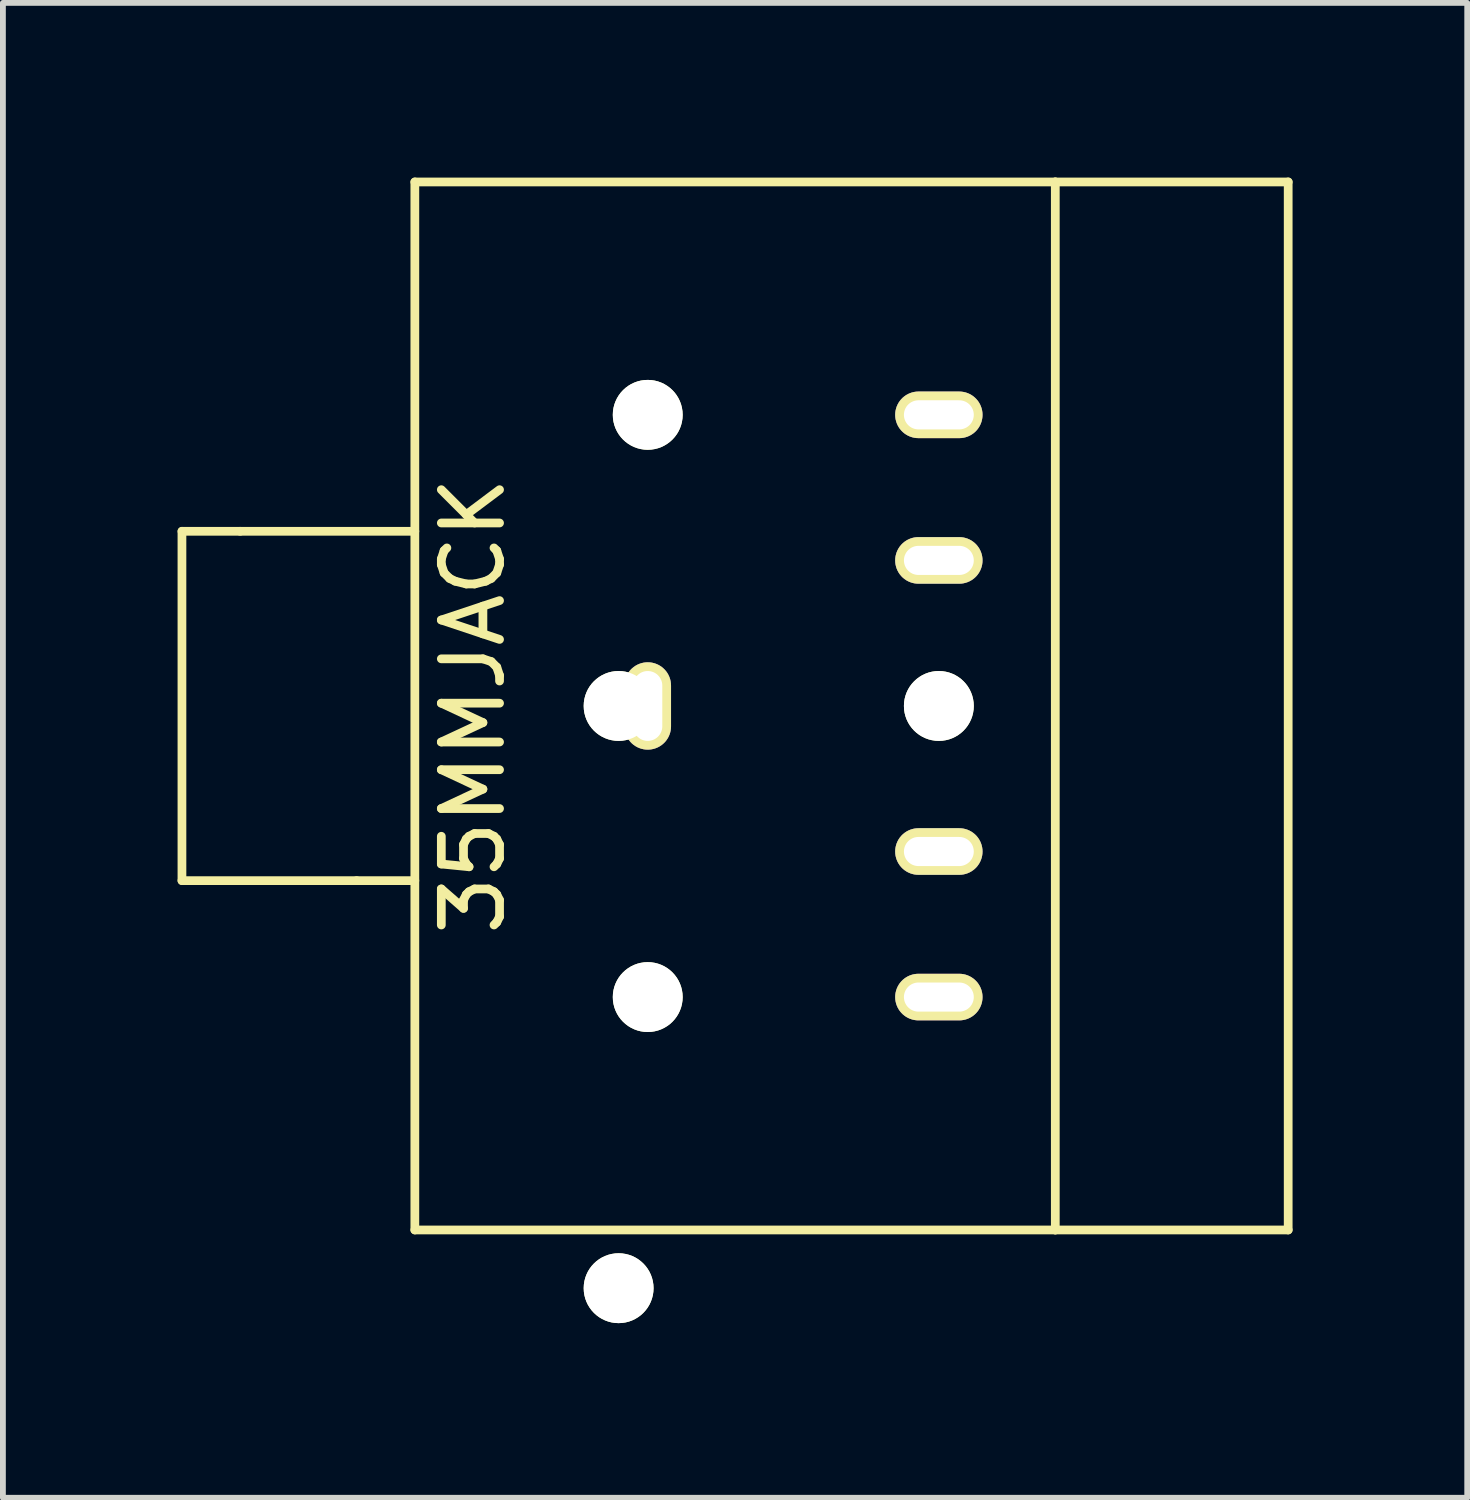
<source format=kicad_pcb>
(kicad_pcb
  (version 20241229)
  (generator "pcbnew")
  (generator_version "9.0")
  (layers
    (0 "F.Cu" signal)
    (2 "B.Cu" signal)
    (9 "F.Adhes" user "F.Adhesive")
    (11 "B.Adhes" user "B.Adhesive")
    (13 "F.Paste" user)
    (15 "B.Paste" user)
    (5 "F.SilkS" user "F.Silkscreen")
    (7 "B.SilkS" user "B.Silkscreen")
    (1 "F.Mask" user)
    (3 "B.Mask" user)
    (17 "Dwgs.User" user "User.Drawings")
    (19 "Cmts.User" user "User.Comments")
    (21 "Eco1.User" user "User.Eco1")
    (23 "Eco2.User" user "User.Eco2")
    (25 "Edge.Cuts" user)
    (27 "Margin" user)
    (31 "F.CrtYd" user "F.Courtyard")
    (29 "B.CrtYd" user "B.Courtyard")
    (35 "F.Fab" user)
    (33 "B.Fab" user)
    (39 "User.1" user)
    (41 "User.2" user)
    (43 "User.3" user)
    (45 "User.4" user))
  (footprint "35MMJACK"
    (layer "F.Cu")
    (at 4.075 9.075)
    (property "Reference" "35MMJACK" (at 1 0 90) (layer "F.SilkS") (effects (font (size 1 1) (thickness 0.15))))
    (attr through_hole)
    (fp_line (start -4 -3) (end -4 3) (stroke (width 0.15) (type solid)) (layer "F.SilkS"))
    (fp_line (start -4 -3) (end -3 -3) (stroke (width 0.15) (type solid)) (layer "F.SilkS"))
    (fp_line (start -4 3) (end -1 3) (stroke (width 0.15) (type solid)) (layer "F.SilkS"))
    (fp_line (start -1 3) (end 0 3) (stroke (width 0.15) (type solid)) (layer "F.SilkS"))
    (fp_line (start 0 -9) (end 11 -9) (stroke (width 0.15) (type solid)) (layer "F.SilkS"))
    (fp_line (start 0 -3) (end -3 -3) (stroke (width 0.15) (type solid)) (layer "F.SilkS"))
    (fp_line (start 0 9) (end 0 -9) (stroke (width 0.15) (type solid)) (layer "F.SilkS"))
    (fp_line (start 11 -9) (end 11 9) (stroke (width 0.15) (type solid)) (layer "F.SilkS"))
    (fp_line (start 11 -9) (end 15 -9) (stroke (width 0.15) (type solid)) (layer "F.SilkS"))
    (fp_line (start 11 9) (end 0 9) (stroke (width 0.15) (type solid)) (layer "F.SilkS"))
    (fp_line (start 15 -9) (end 15 9) (stroke (width 0.15) (type solid)) (layer "F.SilkS"))
    (fp_line (start 15 9) (end 11 9) (stroke (width 0.15) (type solid)) (layer "F.SilkS"))
    (pad "" np_thru_hole circle (at 3.5 0) (size 1.2 1.2) (drill 1.2) (layers "*.Cu" "*.Mask" "F.SilkS"))
    (pad "" np_thru_hole circle (at 3.5 10) (size 1.2 1.2) (drill 1.2) (layers "*.Cu" "*.Mask" "F.SilkS"))
    (pad "" np_thru_hole circle (at 4 -5) (size 1.2 1.2) (drill 1.2) (layers "*.Cu" "*.Mask" "F.SilkS"))
    (pad "" np_thru_hole circle (at 4 5) (size 1.2 1.2) (drill 1.2) (layers "*.Cu" "*.Mask" "F.SilkS"))
    (pad "" np_thru_hole circle (at 9 0) (size 1.2 1.2) (drill 1.2) (layers "*.Cu" "*.Mask" "F.SilkS"))
    (pad "1" thru_hole oval (at 4 0 90) (size 1.5 0.8) (drill oval 1.2 0.5) (layers "*.Cu" "*.Mask" "F.SilkS"))
    (pad "2" thru_hole oval (at 9 2.5) (size 1.5 0.8) (drill oval 1.2 0.5) (layers "*.Cu" "*.Mask" "F.SilkS"))
    (pad "3" thru_hole oval (at 9 -2.5) (size 1.5 0.8) (drill oval 1.2 0.5) (layers "*.Cu" "*.Mask" "F.SilkS"))
    (pad "4" thru_hole oval (at 9 5) (size 1.5 0.8) (drill oval 1.2 0.5) (layers "*.Cu" "*.Mask" "F.SilkS"))
    (pad "5" thru_hole oval (at 9 -5) (size 1.5 0.8) (drill oval 1.2 0.5) (layers "*.Cu" "*.Mask" "F.SilkS")))
  (gr_rect
    (start -3 -3)
    (end 22.15 22.675)
    (stroke (width 0.1) (type default))
    (fill no)
    (layer "Edge.Cuts")))
</source>
